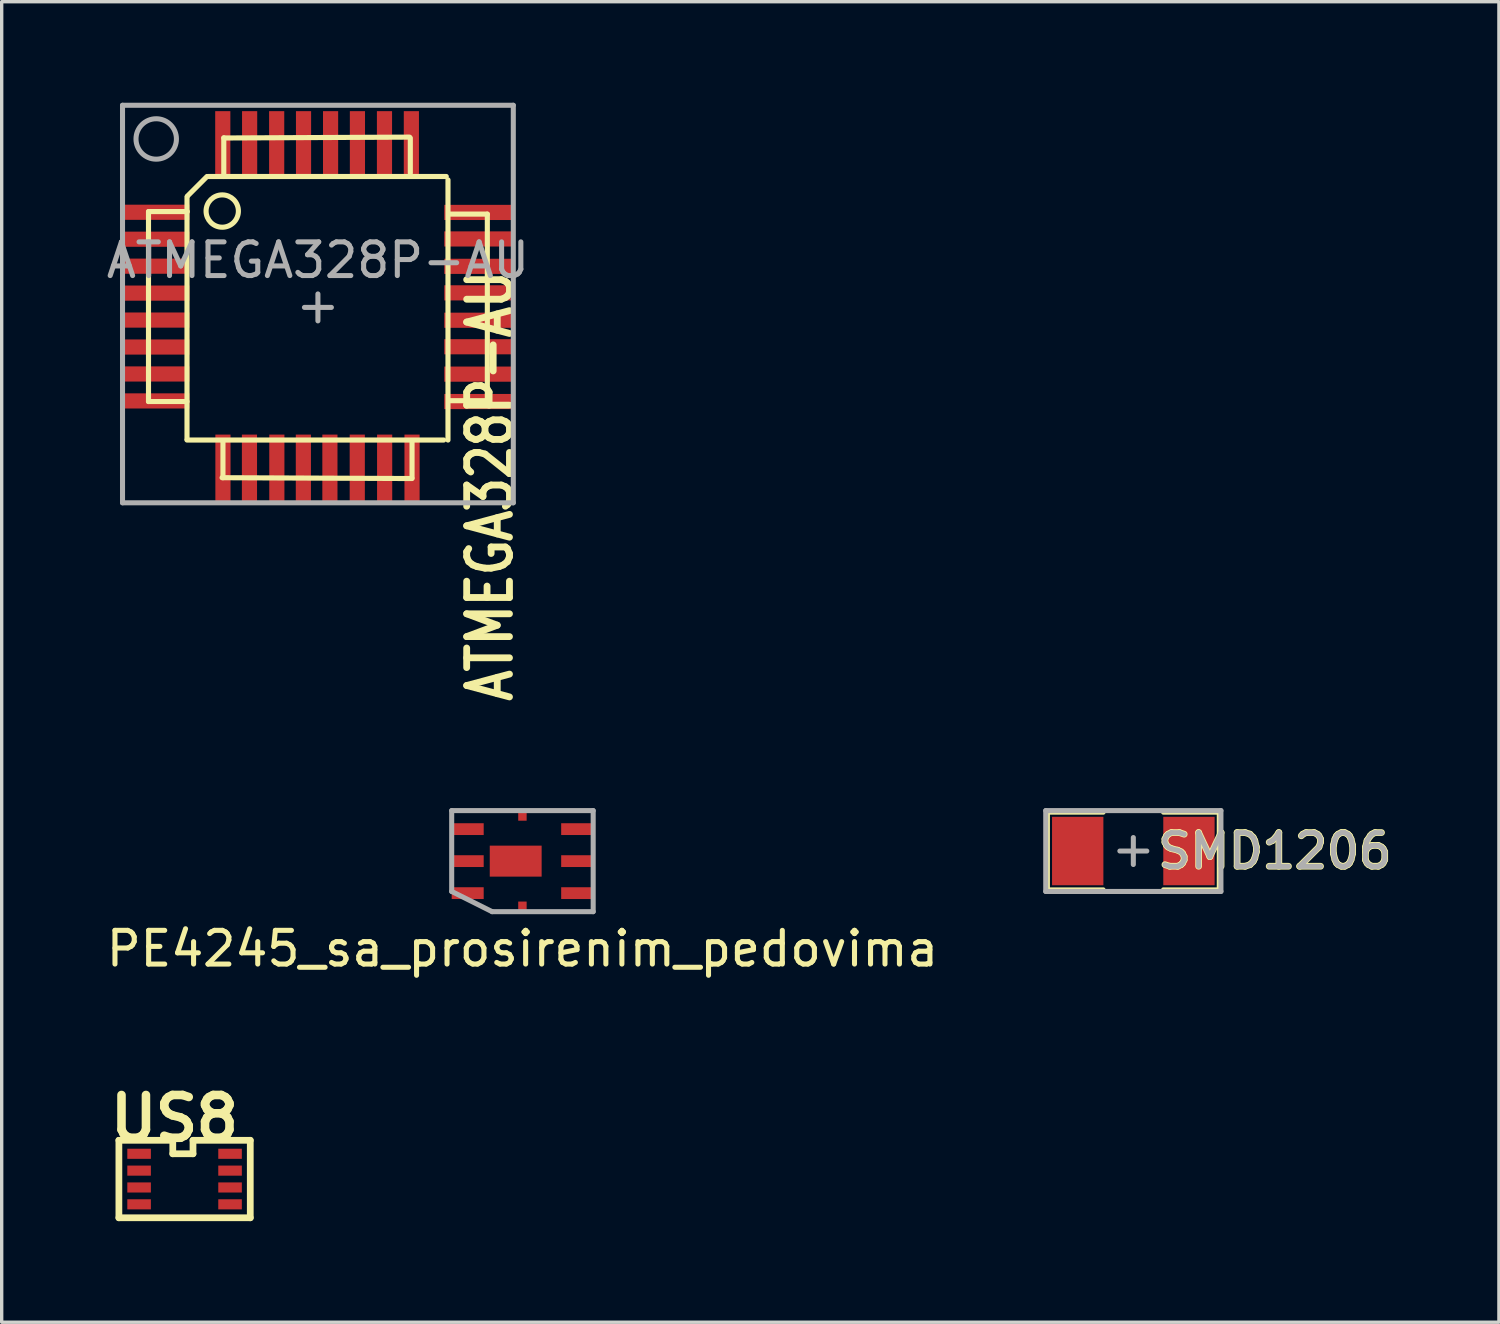
<source format=kicad_pcb>
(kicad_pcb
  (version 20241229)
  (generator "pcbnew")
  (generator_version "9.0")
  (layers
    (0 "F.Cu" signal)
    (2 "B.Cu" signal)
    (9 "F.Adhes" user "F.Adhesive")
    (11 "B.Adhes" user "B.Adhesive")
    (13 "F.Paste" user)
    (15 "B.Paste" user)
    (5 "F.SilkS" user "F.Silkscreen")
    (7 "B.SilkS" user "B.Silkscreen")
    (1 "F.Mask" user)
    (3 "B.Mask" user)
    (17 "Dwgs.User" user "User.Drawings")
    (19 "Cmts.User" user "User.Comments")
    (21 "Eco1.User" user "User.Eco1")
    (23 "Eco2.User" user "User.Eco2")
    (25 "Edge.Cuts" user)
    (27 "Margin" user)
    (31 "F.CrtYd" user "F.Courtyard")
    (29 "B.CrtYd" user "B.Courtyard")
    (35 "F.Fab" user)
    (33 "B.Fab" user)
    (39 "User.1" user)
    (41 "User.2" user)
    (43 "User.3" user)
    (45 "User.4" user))
  (footprint "ATMEGA328P-AU"
    (layer "F.Cu")
    (at 6.387 6.075)
    (property "Reference" "ATMEGA328P-AU" (at 5.109 5.297 90) (layer "F.SilkS") (effects (font (size 1.27 1.016) (thickness 0.203))))
    (attr through_hole)
    (fp_line (start -5.029 -2.845) (end -5.029 2.794) (stroke (width 0.152) (type solid)) (layer "F.SilkS"))
    (fp_line (start -5.029 2.794) (end -3.886 2.794) (stroke (width 0.152) (type solid)) (layer "F.SilkS"))
    (fp_line (start -5.024 -2.845) (end -3.876 -2.845) (stroke (width 0.152) (type solid)) (layer "F.SilkS"))
    (fp_line (start -3.886 -3.277) (end -3.886 3.912) (stroke (width 0.152) (type solid)) (layer "F.SilkS"))
    (fp_line (start -3.886 3.937) (end 3.734 3.937) (stroke (width 0.152) (type solid)) (layer "F.SilkS"))
    (fp_line (start -3.876 -3.302) (end -3.292 -3.886) (stroke (width 0.152) (type solid)) (layer "F.SilkS"))
    (fp_line (start -3.251 -3.886) (end 3.81 -3.886) (stroke (width 0.152) (type solid)) (layer "F.SilkS"))
    (fp_line (start -2.845 5.055) (end 2.794 5.08) (stroke (width 0.152) (type solid)) (layer "F.SilkS"))
    (fp_line (start -2.819 3.988) (end -2.819 5.055) (stroke (width 0.152) (type solid)) (layer "F.SilkS"))
    (fp_line (start -2.794 -5.029) (end 2.718 -5.055) (stroke (width 0.152) (type solid)) (layer "F.SilkS"))
    (fp_line (start -2.794 -3.886) (end -2.794 -5.034) (stroke (width 0.152) (type solid)) (layer "F.SilkS"))
    (fp_line (start 2.743 -5.029) (end 2.743 -3.988) (stroke (width 0.152) (type solid)) (layer "F.SilkS"))
    (fp_line (start 2.794 3.962) (end 2.794 5.055) (stroke (width 0.152) (type solid)) (layer "F.SilkS"))
    (fp_line (start 3.861 3.937) (end 3.861 -3.785) (stroke (width 0.152) (type solid)) (layer "F.SilkS"))
    (fp_line (start 5.029 -2.769) (end 3.912 -2.769) (stroke (width 0.152) (type solid)) (layer "F.SilkS"))
    (fp_line (start 5.029 2.769) (end 3.886 2.769) (stroke (width 0.152) (type solid)) (layer "F.SilkS"))
    (fp_line (start 5.029 2.769) (end 5.029 -2.769) (stroke (width 0.152) (type solid)) (layer "F.SilkS"))
    (fp_circle (center -2.84 -2.86) (end -2.433 -2.606) (stroke (width 0.152) (type solid)) (fill no) (layer "F.SilkS"))
    (fp_line (start -5.8 -6) (end 5.8 -6) (stroke (width 0.15) (type solid)) (layer "F.Fab"))
    (fp_line (start -5.8 5.8) (end -5.8 -6) (stroke (width 0.15) (type solid)) (layer "F.Fab"))
    (fp_line (start -0.4 0) (end 0.4 0) (stroke (width 0.15) (type solid)) (layer "F.Fab"))
    (fp_line (start 0 -0.4) (end 0 0.4) (stroke (width 0.15) (type solid)) (layer "F.Fab"))
    (fp_line (start 5.8 -6) (end 5.8 5.8) (stroke (width 0.15) (type solid)) (layer "F.Fab"))
    (fp_line (start 5.8 5.8) (end -5.8 5.8) (stroke (width 0.15) (type solid)) (layer "F.Fab"))
    (fp_circle (center -4.8 -5) (end -4.2 -5) (stroke (width 0.15) (type solid)) (fill no) (layer "F.Fab"))
    (fp_text user "${REFERENCE}" (at 0 -1.4 0) (layer "F.Fab") (effects (font (size 1 1) (thickness 0.15))))
    (pad "1" smd rect (at -4.816 -2.824) (size 1.999 0.45) (layers "F.Cu" "F.Mask" "F.Paste"))
    (pad "2" smd rect (at -4.816 -2.024) (size 1.999 0.45) (layers "F.Cu" "F.Mask" "F.Paste"))
    (pad "3" smd rect (at -4.816 -1.224) (size 1.999 0.45) (layers "F.Cu" "F.Mask" "F.Paste"))
    (pad "4" smd rect (at -4.816 -0.424) (size 1.999 0.45) (layers "F.Cu" "F.Mask" "F.Paste"))
    (pad "5" smd rect (at -4.816 0.376) (size 1.999 0.45) (layers "F.Cu" "F.Mask" "F.Paste"))
    (pad "6" smd rect (at -4.816 1.176) (size 1.999 0.45) (layers "F.Cu" "F.Mask" "F.Paste"))
    (pad "7" smd rect (at -4.816 1.976) (size 1.999 0.45) (layers "F.Cu" "F.Mask" "F.Paste"))
    (pad "8" smd rect (at -4.816 2.776) (size 1.999 0.45) (layers "F.Cu" "F.Mask" "F.Paste"))
    (pad "9" smd rect (at -2.819 4.775) (size 0.45 1.999) (layers "F.Cu" "F.Mask" "F.Paste"))
    (pad "10" smd rect (at -2.032 4.775) (size 0.45 1.999) (layers "F.Cu" "F.Mask" "F.Paste"))
    (pad "11" smd rect (at -1.219 4.775) (size 0.45 1.999) (layers "F.Cu" "F.Mask" "F.Paste"))
    (pad "12" smd rect (at -0.432 4.775) (size 0.45 1.999) (layers "F.Cu" "F.Mask" "F.Paste"))
    (pad "13" smd rect (at 0.356 4.775) (size 0.45 1.999) (layers "F.Cu" "F.Mask" "F.Paste"))
    (pad "14" smd rect (at 1.168 4.775) (size 0.45 1.999) (layers "F.Cu" "F.Mask" "F.Paste"))
    (pad "15" smd rect (at 1.981 4.775) (size 0.45 1.999) (layers "F.Cu" "F.Mask" "F.Paste"))
    (pad "16" smd rect (at 2.794 4.775) (size 0.45 1.999) (layers "F.Cu" "F.Mask" "F.Paste"))
    (pad "17" smd rect (at 4.75 2.794) (size 1.999 0.45) (layers "F.Cu" "F.Mask" "F.Paste"))
    (pad "18" smd rect (at 4.75 1.981) (size 1.999 0.45) (layers "F.Cu" "F.Mask" "F.Paste"))
    (pad "19" smd rect (at 4.75 1.168) (size 1.999 0.45) (layers "F.Cu" "F.Mask" "F.Paste"))
    (pad "20" smd rect (at 4.75 0.381) (size 1.999 0.45) (layers "F.Cu" "F.Mask" "F.Paste"))
    (pad "21" smd rect (at 4.75 -0.432) (size 1.999 0.45) (layers "F.Cu" "F.Mask" "F.Paste"))
    (pad "22" smd rect (at 4.75 -1.219) (size 1.999 0.45) (layers "F.Cu" "F.Mask" "F.Paste"))
    (pad "23" smd rect (at 4.75 -2.032) (size 1.999 0.45) (layers "F.Cu" "F.Mask" "F.Paste"))
    (pad "24" smd rect (at 4.75 -2.819) (size 1.999 0.45) (layers "F.Cu" "F.Mask" "F.Paste"))
    (pad "25" smd rect (at 2.774 -4.826) (size 0.45 1.999) (layers "F.Cu" "F.Mask" "F.Paste"))
    (pad "26" smd rect (at 1.976 -4.826) (size 0.45 1.999) (layers "F.Cu" "F.Mask" "F.Paste"))
    (pad "27" smd rect (at 1.173 -4.826) (size 0.45 1.999) (layers "F.Cu" "F.Mask" "F.Paste"))
    (pad "28" smd rect (at 0.376 -4.826) (size 0.45 1.999) (layers "F.Cu" "F.Mask" "F.Paste"))
    (pad "29" smd rect (at -0.427 -4.826) (size 0.45 1.999) (layers "F.Cu" "F.Mask" "F.Paste"))
    (pad "30" smd rect (at -1.224 -4.826) (size 0.45 1.999) (layers "F.Cu" "F.Mask" "F.Paste"))
    (pad "31" smd rect (at -2.027 -4.826) (size 0.45 1.999) (layers "F.Cu" "F.Mask" "F.Paste"))
    (pad "32" smd rect (at -2.824 -4.826) (size 0.45 1.999) (layers "F.Cu" "F.Mask" "F.Paste")))
  (footprint "SMD1206"
    (layer "F.Cu")
    (at 30.592 22.212)
    (property "Reference" "SMD1206" (at 4.2 0 0) (layer "F.SilkS") (effects (font (size 1 1) (thickness 0.2))))
    (attr smd)
    (fp_line (start -2.54 -1.143) (end -2.54 1.143) (stroke (width 0.127) (type solid)) (layer "F.SilkS"))
    (fp_line (start -2.54 1.143) (end -0.889 1.143) (stroke (width 0.127) (type solid)) (layer "F.SilkS"))
    (fp_line (start -0.889 -1.143) (end -2.54 -1.143) (stroke (width 0.127) (type solid)) (layer "F.SilkS"))
    (fp_line (start 0.889 -1.143) (end 2.54 -1.143) (stroke (width 0.127) (type solid)) (layer "F.SilkS"))
    (fp_line (start 2.54 -1.143) (end 2.54 1.143) (stroke (width 0.127) (type solid)) (layer "F.SilkS"))
    (fp_line (start 2.54 1.143) (end 0.889 1.143) (stroke (width 0.127) (type solid)) (layer "F.SilkS"))
    (fp_line (start -2.6 -1.2) (end 2.6 -1.2) (stroke (width 0.15) (type solid)) (layer "F.Fab"))
    (fp_line (start -2.6 1.2) (end -2.6 -1.2) (stroke (width 0.15) (type solid)) (layer "F.Fab"))
    (fp_line (start -0.4 0) (end 0.4 0) (stroke (width 0.15) (type solid)) (layer "F.Fab"))
    (fp_line (start 0 -0.4) (end 0 0.4) (stroke (width 0.15) (type solid)) (layer "F.Fab"))
    (fp_line (start 2.6 -1.2) (end 2.6 1.2) (stroke (width 0.15) (type solid)) (layer "F.Fab"))
    (fp_line (start 2.6 1.2) (end -2.6 1.2) (stroke (width 0.15) (type solid)) (layer "F.Fab"))
    (fp_text user "${REFERENCE}" (at 4.2 0 0) (layer "F.Fab") (effects (font (size 1 1) (thickness 0.15))))
    (pad "1" smd rect (at -1.651 0) (size 1.524 2.032) (layers "F.Cu" "F.Mask" "F.Paste"))
    (pad "2" smd rect (at 1.651 0) (size 1.524 2.032) (layers "F.Cu" "F.Mask" "F.Paste")))
  (footprint "US8"
    (layer "F.Cu")
    (at 2.429 31.949)
    (property "Reference" "US8" (at -0.3 -1.8 0) (layer "F.SilkS") (effects (font (size 1.27 1.27) (thickness 0.254))))
    (attr through_hole)
    (fp_line (start -1.95 -1.15) (end -1.95 1.15) (stroke (width 0.2) (type solid)) (layer "F.SilkS"))
    (fp_line (start -1.95 -1.15) (end -0.35 -1.15) (stroke (width 0.2) (type solid)) (layer "F.SilkS"))
    (fp_line (start -1.95 1.15) (end 1.95 1.15) (stroke (width 0.2) (type solid)) (layer "F.SilkS"))
    (fp_line (start -0.35 -1.15) (end -0.35 -0.75) (stroke (width 0.2) (type solid)) (layer "F.SilkS"))
    (fp_line (start -0.35 -0.75) (end 0.25 -0.75) (stroke (width 0.2) (type solid)) (layer "F.SilkS"))
    (fp_line (start 0.25 -1.15) (end 1.95 -1.15) (stroke (width 0.2) (type solid)) (layer "F.SilkS"))
    (fp_line (start 0.25 -0.75) (end 0.25 -1.15) (stroke (width 0.2) (type solid)) (layer "F.SilkS"))
    (fp_line (start 1.95 1.15) (end 1.95 -1.15) (stroke (width 0.2) (type solid)) (layer "F.SilkS"))
    (pad "1" smd rect (at -1.35 -0.75) (size 0.7 0.3) (layers "F.Cu" "F.Mask" "F.Paste"))
    (pad "2" smd rect (at -1.35 -0.25) (size 0.7 0.3) (layers "F.Cu" "F.Mask" "F.Paste"))
    (pad "3" smd rect (at -1.35 0.25) (size 0.7 0.3) (layers "F.Cu" "F.Mask" "F.Paste"))
    (pad "4" smd rect (at -1.35 0.75) (size 0.7 0.3) (layers "F.Cu" "F.Mask" "F.Paste"))
    (pad "5" smd rect (at 1.35 0.75) (size 0.7 0.3) (layers "F.Cu" "F.Mask" "F.Paste"))
    (pad "6" smd rect (at 1.35 0.25) (size 0.7 0.3) (layers "F.Cu" "F.Mask" "F.Paste"))
    (pad "7" smd rect (at 1.35 -0.25) (size 0.7 0.3) (layers "F.Cu" "F.Mask" "F.Paste"))
    (pad "8" smd rect (at 1.35 -0.75) (size 0.7 0.3) (layers "F.Cu" "F.Mask" "F.Paste")))
  (footprint "PE4245_sa_prosirenim_pedovima"
    (layer "F.Cu")
    (at 12.458 22.512)
    (property "Reference" "PE4245_sa_prosirenim_pedovima" (at 0 2.6 0) (layer "F.SilkS") (effects (font (size 1 1) (thickness 0.15))))
    (attr smd)
    (fp_line (start -2.1 -1.5) (end 2.1 -1.5) (stroke (width 0.15) (type solid)) (layer "F.Fab"))
    (fp_line (start -2.1 0.9) (end -2.1 -1.5) (stroke (width 0.15) (type solid)) (layer "F.Fab"))
    (fp_line (start -2.1 0.9) (end -0.9 1.5) (stroke (width 0.15) (type solid)) (layer "F.Fab"))
    (fp_line (start 2.1 -1.5) (end 2.1 1.5) (stroke (width 0.15) (type solid)) (layer "F.Fab"))
    (fp_line (start 2.1 1.5) (end -0.9 1.5) (stroke (width 0.15) (type solid)) (layer "F.Fab"))
    (pad "1" smd rect (at -1.625 0.95) (size 0.95 0.35) (layers "F.Cu" "F.Mask" "F.Paste"))
    (pad "2" smd rect (at -1.625 0) (size 0.95 0.35) (layers "F.Cu" "F.Mask" "F.Paste"))
    (pad "3" smd rect (at -1.625 -0.95) (size 0.95 0.35) (layers "F.Cu" "F.Mask" "F.Paste"))
    (pad "4" smd rect (at 1.625 -0.95) (size 0.95 0.35) (layers "F.Cu" "F.Mask" "F.Paste"))
    (pad "5" smd rect (at 1.625 0) (size 0.95 0.35) (layers "F.Cu" "F.Mask" "F.Paste"))
    (pad "6" smd rect (at 1.625 0.95) (size 0.95 0.35) (layers "F.Cu" "F.Mask" "F.Paste"))
    (pad "EX_p" smd rect (at 0 1.35) (size 0.25 0.3) (layers "F.Cu" "F.Mask" "F.Paste"))
    (pad "Ex_p" smd rect (at -0.2 0) (size 1.54 0.92) (layers "F.Cu" "F.Mask" "F.Paste"))
    (pad "Ex_p" smd rect (at 0 -1.35) (size 0.25 0.3) (layers "F.Cu" "F.Mask" "F.Paste")))
  (gr_rect
    (start -3 -3)
    (end 41.444 36.199)
    (stroke (width 0.1) (type default))
    (fill no)
    (layer "Edge.Cuts")))
</source>
